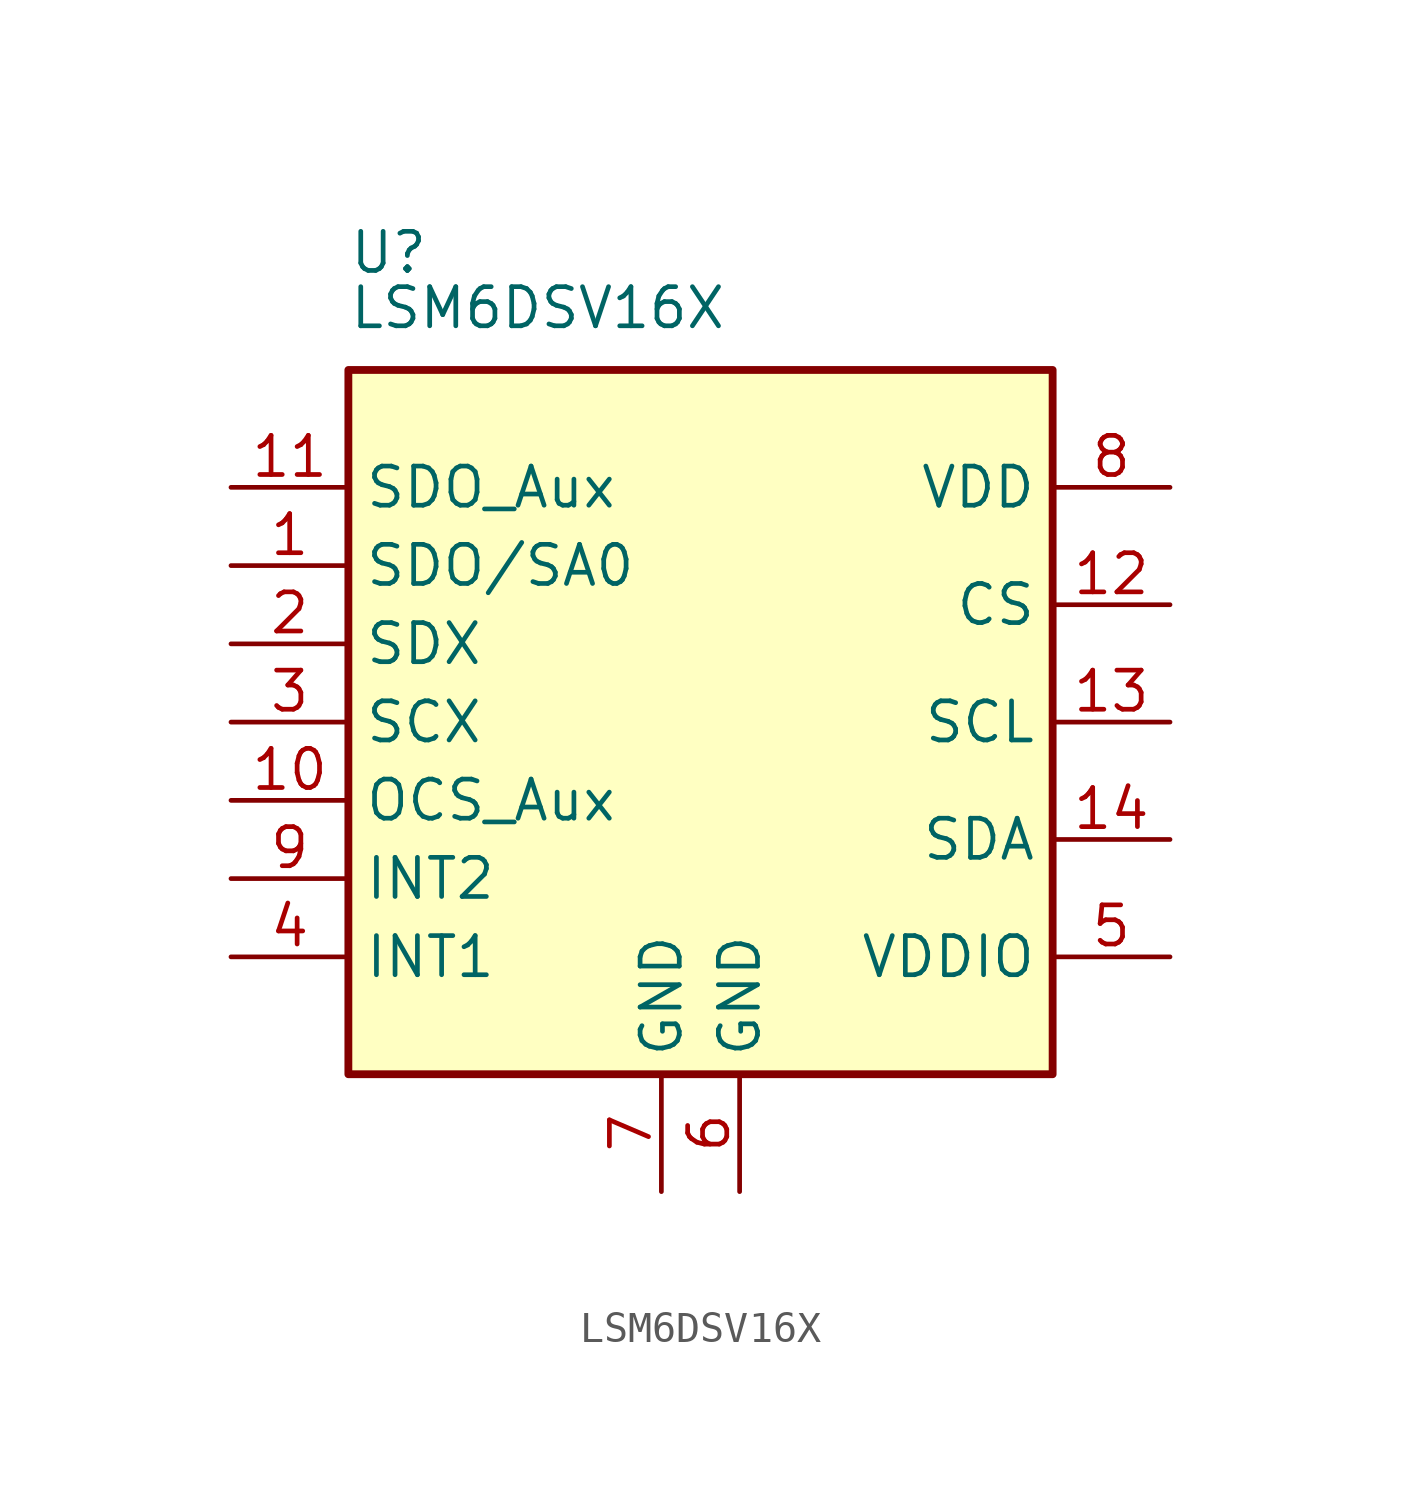
<source format=kicad_sym>
(kicad_symbol_lib
  (version 20241209)
  (generator "kicad_symbol_editor")
  (generator_version "9.0")
  (symbol "LSM6DSV16X"
    (property "Reference" "U"
      (at -11.43 15.24 0)
      (effects (font (size 1.27 1.27)) (justify left)))
    (property "Value" "LSM6DSV16X"
      (at -11.43 12.7 0)
      (effects (font (size 1.27 1.27)) (justify left bottom)))
    (symbol "LSM6DSV16X_0_1"
      (rectangle (start -11.43 11.43) (end 11.43 -11.43) (stroke (width 0.254) (type default)) (fill (type background))))
    (symbol "LSM6DSV16X_1_1"
      (pin bidirectional line (at -15.24 7.62 0) (length 3.81) (name "SDO_Aux" (effects (font (size 1.27 1.27)))) (number "11" (effects (font (size 1.27 1.27)))))
      (pin bidirectional line (at -15.24 5.08 0) (length 3.81) (name "SDO/SA0" (effects (font (size 1.27 1.27)))) (number "1" (effects (font (size 1.27 1.27)))))
      (pin bidirectional line (at -15.24 2.54 0) (length 3.81) (name "SDX" (effects (font (size 1.27 1.27)))) (number "2" (effects (font (size 1.27 1.27)))))
      (pin input line (at -15.24 0 0) (length 3.81) (name "SCX" (effects (font (size 1.27 1.27)))) (number "3" (effects (font (size 1.27 1.27)))))
      (pin passive line (at -15.24 -2.54 0) (length 3.81) (name "OCS_Aux" (effects (font (size 1.27 1.27)))) (number "10" (effects (font (size 1.27 1.27)))))
      (pin output line (at -15.24 -5.08 0) (length 3.81) (name "INT2" (effects (font (size 1.27 1.27)))) (number "9" (effects (font (size 1.27 1.27)))))
      (pin output line (at -15.24 -7.62 0) (length 3.81) (name "INT1" (effects (font (size 1.27 1.27)))) (number "4" (effects (font (size 1.27 1.27)))))
      (pin passive line (at -1.27 -15.24 90) (length 3.81) (name "GND" (effects (font (size 1.27 1.27)))) (number "7" (effects (font (size 1.27 1.27)))))
      (pin power_in line (at 1.27 -15.24 90) (length 3.81) (name "GND" (effects (font (size 1.27 1.27)))) (number "6" (effects (font (size 1.27 1.27)))))
      (pin power_in line (at 15.24 7.62 180) (length 3.81) (name "VDD" (effects (font (size 1.27 1.27)))) (number "8" (effects (font (size 1.27 1.27)))))
      (pin input line (at 15.24 3.81 180) (length 3.81) (name "CS" (effects (font (size 1.27 1.27)))) (number "12" (effects (font (size 1.27 1.27)))))
      (pin input line (at 15.24 0 180) (length 3.81) (name "SCL" (effects (font (size 1.27 1.27)))) (number "13" (effects (font (size 1.27 1.27)))))
      (pin bidirectional line (at 15.24 -3.81 180) (length 3.81) (name "SDA" (effects (font (size 1.27 1.27)))) (number "14" (effects (font (size 1.27 1.27)))))
      (pin power_in line (at 15.24 -7.62 180) (length 3.81) (name "VDDIO" (effects (font (size 1.27 1.27)))) (number "5" (effects (font (size 1.27 1.27))))))))
</source>
